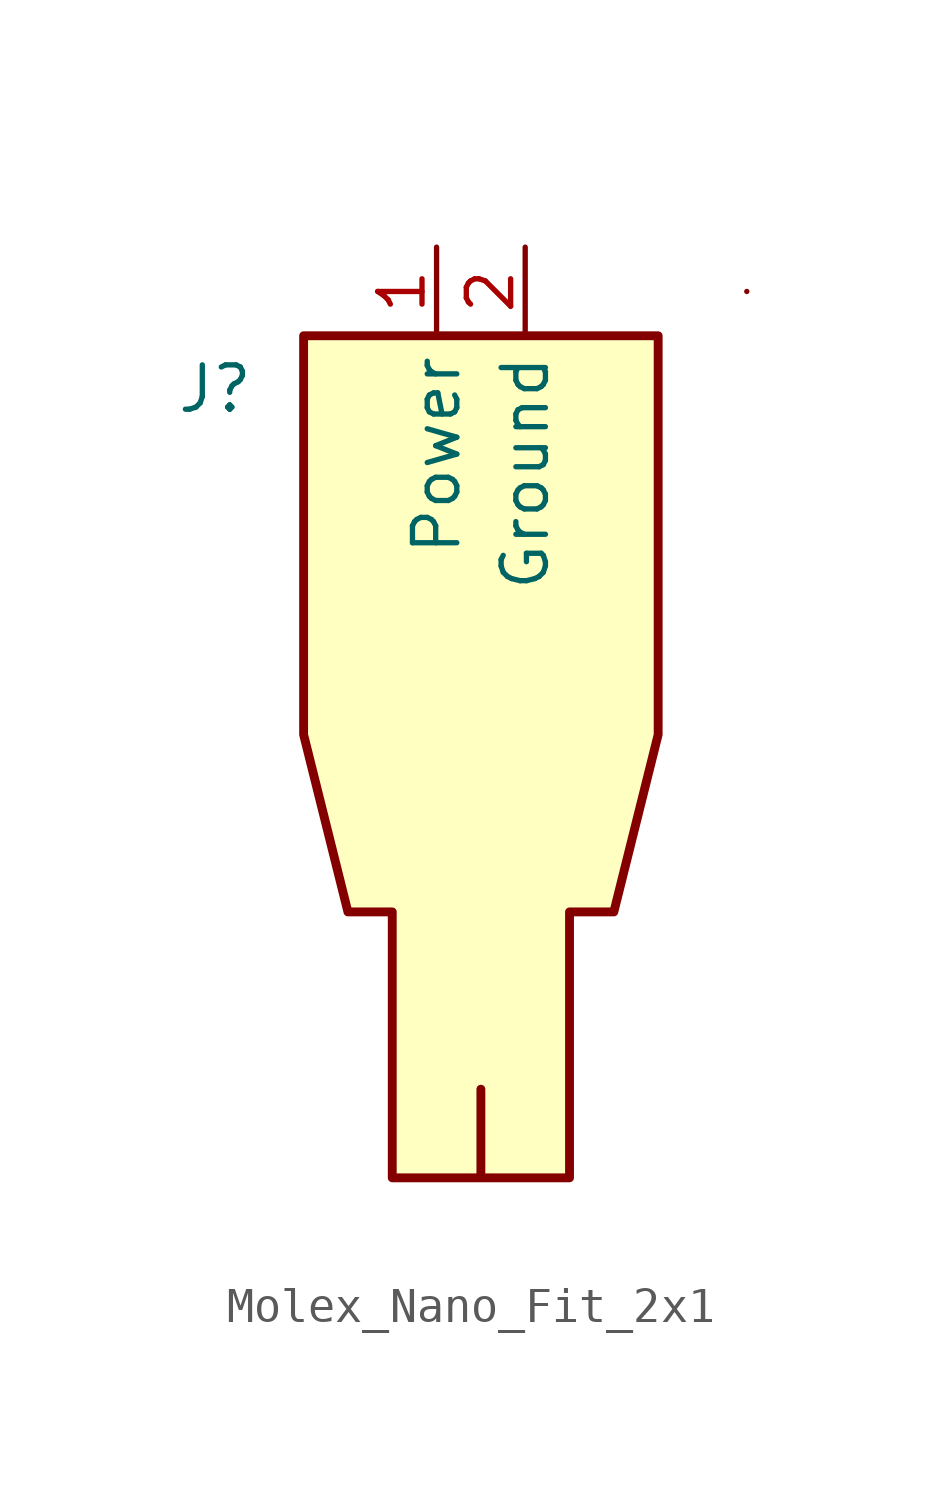
<source format=kicad_sym>
(kicad_symbol_lib
  (version 20231120)
  (generator "kicad_symbol_editor")
  (generator_version "8.0")
  (symbol "Molex_Nano_Fit_2x1"
    (property "Reference" "J"
      (at -6.35 7.366 0)
      (effects (font (size 1.27 1.27))))
    (property "Value" ""
      (at 0 0 0)
      (effects (font (size 1.27 1.27))))
    (symbol "Molex_Nano_Fit_2x1_0_1"
      (polyline (pts (xy 8.89 10.16) (xy 8.89 10.16)) (stroke (width 0) (type default)) (fill (type none)))
      (polyline (pts (xy -3.81 8.89) (xy 6.35 8.89) (xy 6.35 -2.54) (xy 5.08 -7.62) (xy 3.81 -7.62) (xy 3.81 -15.24) (xy 1.27 -15.24) (xy 1.27 -12.7) (xy 1.27 -12.7) (xy 1.27 -15.24) (xy -1.27 -15.24) (xy -1.27 -7.62) (xy -2.54 -7.62) (xy -3.81 -2.54) (xy -3.81 8.89)) (stroke (width 0.254) (type default)) (fill (type color) (color 255 255 194 1))))
    (symbol "Molex_Nano_Fit_2x1_1_1"
      (pin input line (at 0 11.43 270) (length 2.54) (name "Power" (effects (font (size 1.27 1.27)))) (number "1" (effects (font (size 1.27 1.27)))))
      (pin input line (at 2.54 11.43 270) (length 2.54) (name "Ground" (effects (font (size 1.27 1.27)))) (number "2" (effects (font (size 1.27 1.27))))))))
</source>
